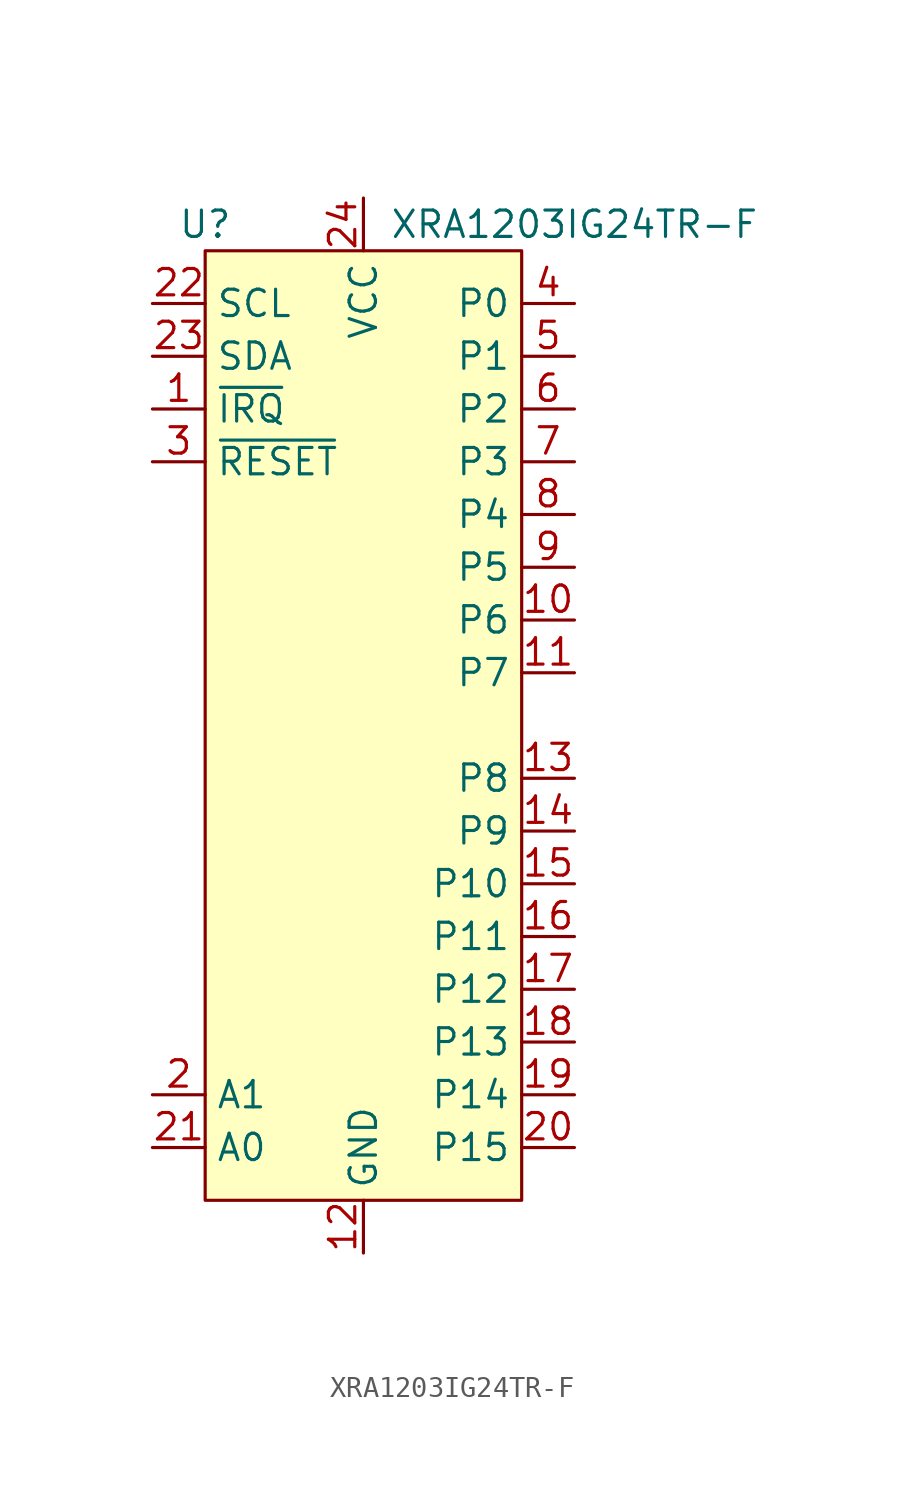
<source format=kicad_sym>
(kicad_symbol_lib
  (version 20220914)
  (generator kicad_symbol_editor)
  (symbol "XRA1203IG24TR-F"
    (property "Reference" "U"
      (at -7.62 24.13 0)
      (effects (font (size 1.27 1.27))))
    (property "Value" "XRA1203IG24TR-F"
      (at 10.16 24.13 0)
      (effects (font (size 1.27 1.27))))
    (symbol "XRA1203IG24TR-F_1_1"
      (rectangle (start -7.62 22.86) (end 7.62 -22.86) (stroke (width 0) (type default)) (fill (type background)))
      (pin open_collector line (at -10.16 15.24 0) (length 2.54) (name "~{IRQ}" (effects (font (size 1.27 1.27)))) (number "1" (effects (font (size 1.27 1.27)))))
      (pin bidirectional line (at 10.16 5.08 180) (length 2.54) (name "P6" (effects (font (size 1.27 1.27)))) (number "10" (effects (font (size 1.27 1.27)))))
      (pin bidirectional line (at 10.16 2.54 180) (length 2.54) (name "P7" (effects (font (size 1.27 1.27)))) (number "11" (effects (font (size 1.27 1.27)))))
      (pin power_in line (at 0 -25.4 90) (length 2.54) (name "GND" (effects (font (size 1.27 1.27)))) (number "12" (effects (font (size 1.27 1.27)))))
      (pin bidirectional line (at 10.16 -2.54 180) (length 2.54) (name "P8" (effects (font (size 1.27 1.27)))) (number "13" (effects (font (size 1.27 1.27)))))
      (pin bidirectional line (at 10.16 -5.08 180) (length 2.54) (name "P9" (effects (font (size 1.27 1.27)))) (number "14" (effects (font (size 1.27 1.27)))))
      (pin bidirectional line (at 10.16 -7.62 180) (length 2.54) (name "P10" (effects (font (size 1.27 1.27)))) (number "15" (effects (font (size 1.27 1.27)))))
      (pin bidirectional line (at 10.16 -10.16 180) (length 2.54) (name "P11" (effects (font (size 1.27 1.27)))) (number "16" (effects (font (size 1.27 1.27)))))
      (pin bidirectional line (at 10.16 -12.7 180) (length 2.54) (name "P12" (effects (font (size 1.27 1.27)))) (number "17" (effects (font (size 1.27 1.27)))))
      (pin bidirectional line (at 10.16 -15.24 180) (length 2.54) (name "P13" (effects (font (size 1.27 1.27)))) (number "18" (effects (font (size 1.27 1.27)))))
      (pin bidirectional line (at 10.16 -17.78 180) (length 2.54) (name "P14" (effects (font (size 1.27 1.27)))) (number "19" (effects (font (size 1.27 1.27)))))
      (pin input line (at -10.16 -17.78 0) (length 2.54) (name "A1" (effects (font (size 1.27 1.27)))) (number "2" (effects (font (size 1.27 1.27)))))
      (pin bidirectional line (at 10.16 -20.32 180) (length 2.54) (name "P15" (effects (font (size 1.27 1.27)))) (number "20" (effects (font (size 1.27 1.27)))))
      (pin input line (at -10.16 -20.32 0) (length 2.54) (name "A0" (effects (font (size 1.27 1.27)))) (number "21" (effects (font (size 1.27 1.27)))))
      (pin input line (at -10.16 20.32 0) (length 2.54) (name "SCL" (effects (font (size 1.27 1.27)))) (number "22" (effects (font (size 1.27 1.27)))))
      (pin bidirectional line (at -10.16 17.78 0) (length 2.54) (name "SDA" (effects (font (size 1.27 1.27)))) (number "23" (effects (font (size 1.27 1.27)))))
      (pin power_in line (at 0 25.4 270) (length 2.54) (name "VCC" (effects (font (size 1.27 1.27)))) (number "24" (effects (font (size 1.27 1.27)))))
      (pin input line (at -10.16 12.7 0) (length 2.54) (name "~{RESET}" (effects (font (size 1.27 1.27)))) (number "3" (effects (font (size 1.27 1.27)))))
      (pin bidirectional line (at 10.16 20.32 180) (length 2.54) (name "P0" (effects (font (size 1.27 1.27)))) (number "4" (effects (font (size 1.27 1.27)))))
      (pin bidirectional line (at 10.16 17.78 180) (length 2.54) (name "P1" (effects (font (size 1.27 1.27)))) (number "5" (effects (font (size 1.27 1.27)))))
      (pin bidirectional line (at 10.16 15.24 180) (length 2.54) (name "P2" (effects (font (size 1.27 1.27)))) (number "6" (effects (font (size 1.27 1.27)))))
      (pin bidirectional line (at 10.16 12.7 180) (length 2.54) (name "P3" (effects (font (size 1.27 1.27)))) (number "7" (effects (font (size 1.27 1.27)))))
      (pin bidirectional line (at 10.16 10.16 180) (length 2.54) (name "P4" (effects (font (size 1.27 1.27)))) (number "8" (effects (font (size 1.27 1.27)))))
      (pin bidirectional line (at 10.16 7.62 180) (length 2.54) (name "P5" (effects (font (size 1.27 1.27)))) (number "9" (effects (font (size 1.27 1.27))))))))
</source>
